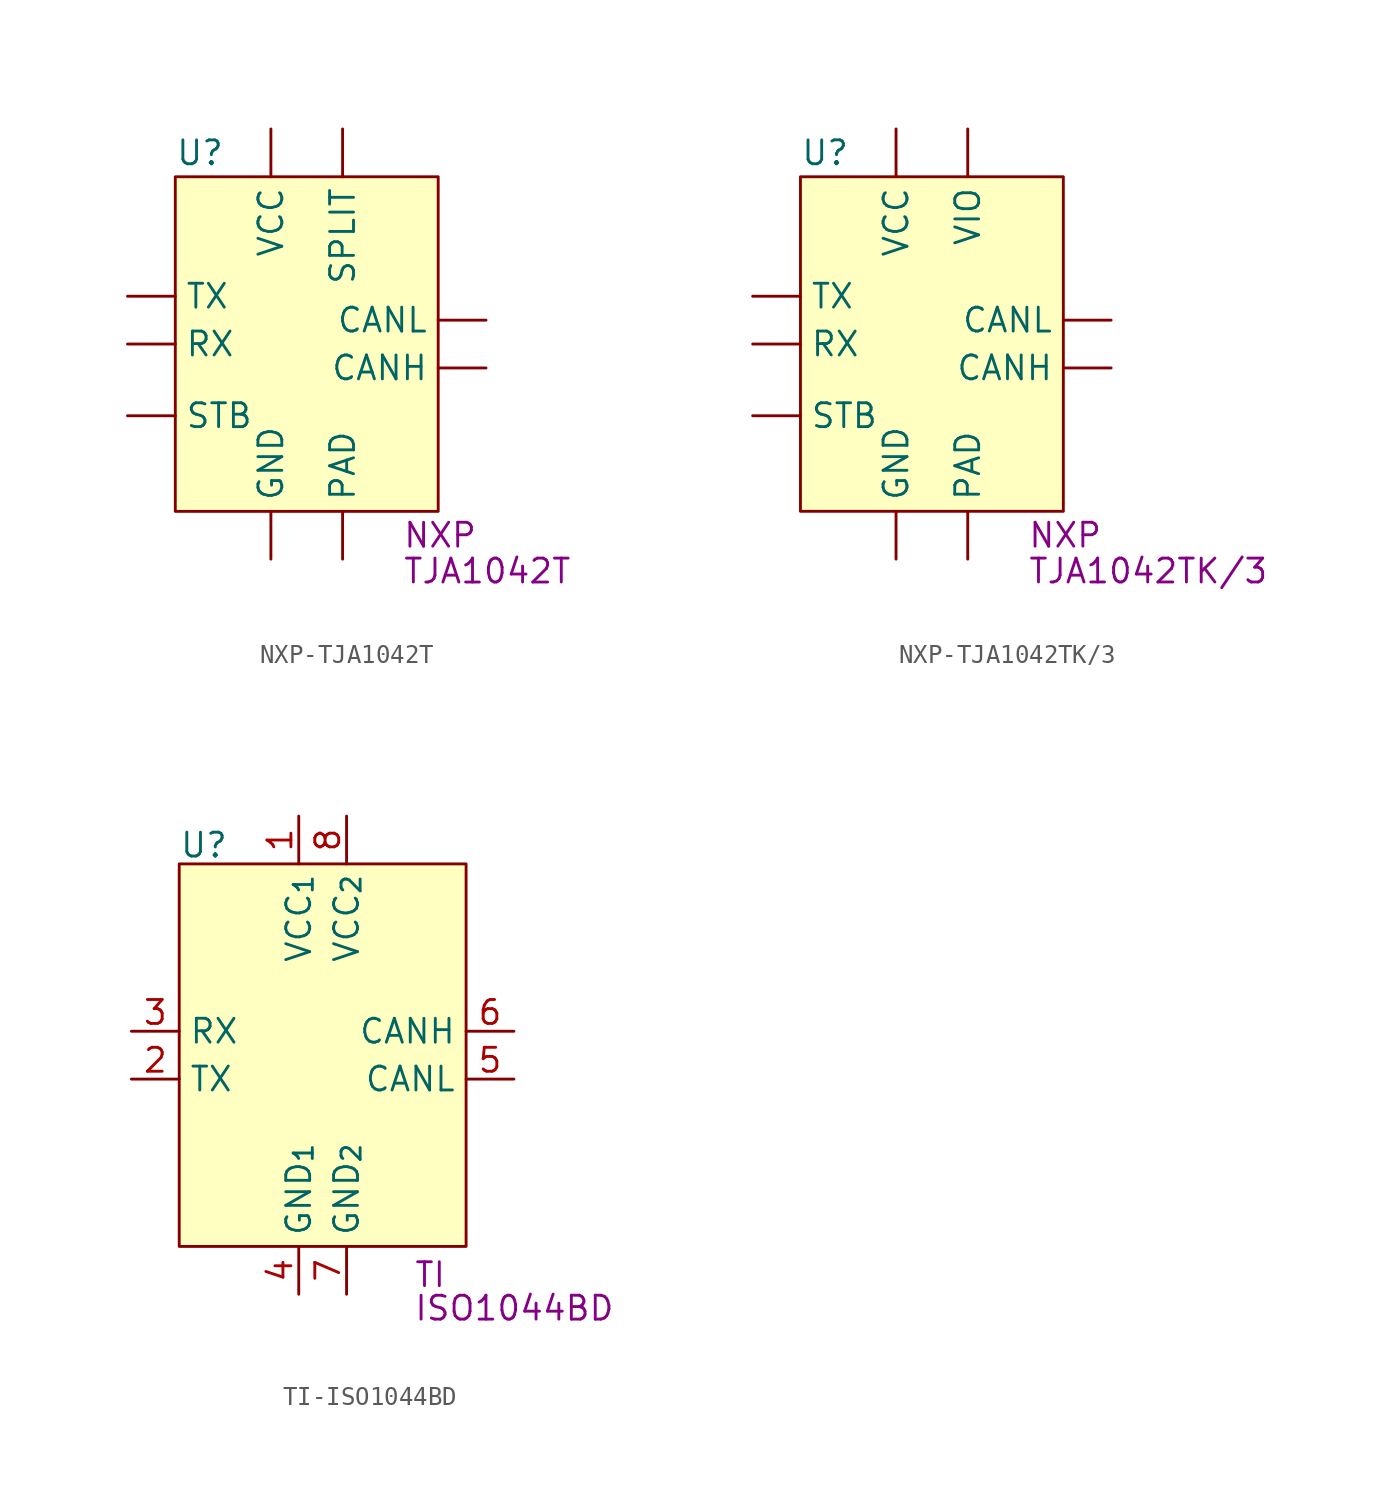
<source format=kicad_sym>
(kicad_symbol_lib
  (version 20241209)
  (generator "kicad_symbol_editor")
  (generator_version "9.0")
  (symbol "NXP-TJA1042T"
    (pin_numbers
      (hide yes))
    (property "Reference" "U"
      (at -6.985 10.16 0)
      (effects (font (size 1.27 1.27)) (justify left)))
    (property "Manufacturer" "NXP"
      (at 5.08 -10.16 0)
      (effects (font (size 1.27 1.27)) (justify left)))
    (property "MPN" "TJA1042T"
      (at 5.08 -12.065 0)
      (effects (font (size 1.27 1.27)) (justify left)))
    (symbol "NXP-TJA1042T_0_0"
      (pin output line (at -9.525 2.54 0) (length 2.54) (name "TX" (effects (font (size 1.27 1.27)))) (number "1" (effects (font (size 1.27 1.27)))))
      (pin input line (at -9.525 0 0) (length 2.54) (name "RX" (effects (font (size 1.27 1.27)))) (number "4" (effects (font (size 1.27 1.27)))))
      (pin bidirectional line (at -9.525 -3.81 0) (length 2.54) (name "STB" (effects (font (size 1.27 1.27)))) (number "8" (effects (font (size 1.27 1.27)))))
      (pin power_in line (at -1.905 11.43 270) (length 2.54) (name "VCC" (effects (font (size 1.27 1.27)))) (number "3" (effects (font (size 1.27 1.27)))))
      (pin power_in line (at -1.905 -11.43 90) (length 2.54) (name "GND" (effects (font (size 1.27 1.27)))) (number "2" (effects (font (size 1.27 1.27)))))
      (pin power_in line (at 1.905 11.43 270) (length 2.54) (name "SPLIT" (effects (font (size 1.27 1.27)))) (number "5" (effects (font (size 1.27 1.27)))))
      (pin bidirectional line (at 1.905 -11.43 90) (length 2.54) (name "PAD" (effects (font (size 1.27 1.27)))) (number "PAD" (effects (font (size 1.27 1.27)))))
      (pin bidirectional line (at 9.525 1.27 180) (length 2.54) (name "CANL" (effects (font (size 1.27 1.27)))) (number "6" (effects (font (size 1.27 1.27)))))
      (pin bidirectional line (at 9.525 -1.27 180) (length 2.54) (name "CANH" (effects (font (size 1.27 1.27)))) (number "7" (effects (font (size 1.27 1.27))))))
    (symbol "NXP-TJA1042T_0_1"
      (rectangle (start -6.985 8.89) (end 6.985 -8.89) (stroke (width 0.152) (type default)) (fill (type background)))))
  (symbol "NXP-TJA1042TK/3"
    (pin_numbers
      (hide yes))
    (property "Reference" "U"
      (at -6.985 10.16 0)
      (effects (font (size 1.27 1.27)) (justify left)))
    (property "Manufacturer" "NXP"
      (at 5.08 -10.16 0)
      (effects (font (size 1.27 1.27)) (justify left)))
    (property "MPN" "TJA1042TK/3"
      (at 5.08 -12.065 0)
      (effects (font (size 1.27 1.27)) (justify left)))
    (symbol "NXP-TJA1042TK/3_0_0"
      (pin output line (at -9.525 2.54 0) (length 2.54) (name "TX" (effects (font (size 1.27 1.27)))) (number "1" (effects (font (size 1.27 1.27)))))
      (pin input line (at -9.525 0 0) (length 2.54) (name "RX" (effects (font (size 1.27 1.27)))) (number "4" (effects (font (size 1.27 1.27)))))
      (pin bidirectional line (at -9.525 -3.81 0) (length 2.54) (name "STB" (effects (font (size 1.27 1.27)))) (number "8" (effects (font (size 1.27 1.27)))))
      (pin power_in line (at -1.905 11.43 270) (length 2.54) (name "VCC" (effects (font (size 1.27 1.27)))) (number "3" (effects (font (size 1.27 1.27)))))
      (pin power_in line (at -1.905 -11.43 90) (length 2.54) (name "GND" (effects (font (size 1.27 1.27)))) (number "2" (effects (font (size 1.27 1.27)))))
      (pin power_in line (at 1.905 11.43 270) (length 2.54) (name "VIO" (effects (font (size 1.27 1.27)))) (number "5" (effects (font (size 1.27 1.27)))))
      (pin bidirectional line (at 1.905 -11.43 90) (length 2.54) (name "PAD" (effects (font (size 1.27 1.27)))) (number "PAD" (effects (font (size 1.27 1.27)))))
      (pin bidirectional line (at 9.525 1.27 180) (length 2.54) (name "CANL" (effects (font (size 1.27 1.27)))) (number "6" (effects (font (size 1.27 1.27)))))
      (pin bidirectional line (at 9.525 -1.27 180) (length 2.54) (name "CANH" (effects (font (size 1.27 1.27)))) (number "7" (effects (font (size 1.27 1.27))))))
    (symbol "NXP-TJA1042TK/3_0_1"
      (rectangle (start -6.985 8.89) (end 6.985 -8.89) (stroke (width 0.152) (type default)) (fill (type background)))))
  (symbol "TI-ISO1044BD"
    (property "Reference" "U"
      (at -7.62 10.414 0)
      (effects (font (size 1.27 1.27)) (justify left bottom)))
    (property "Value" ""
      (at 0 0 0)
      (effects (font (size 1.27 1.27))))
    (property "Manufacturer" "TI"
      (at 4.826 -10.922 0)
      (effects (font (size 1.27 1.27)) (justify left top)))
    (property "MPN" "ISO1044BD"
      (at 4.826 -12.7 0)
      (effects (font (size 1.27 1.27)) (justify left top)))
    (symbol "TI-ISO1044BD_0_0"
      (pin input line (at -10.16 1.27 0) (length 2.54) (name "RX" (effects (font (size 1.27 1.27)))) (number "3" (effects (font (size 1.27 1.27)))))
      (pin output line (at -10.16 -1.27 0) (length 2.54) (name "TX" (effects (font (size 1.27 1.27)))) (number "2" (effects (font (size 1.27 1.27)))))
      (pin power_in line (at -1.27 12.7 270) (length 2.54) (name "VCC_{1}" (effects (font (size 1.27 1.27)))) (number "1" (effects (font (size 1.27 1.27)))))
      (pin power_in line (at -1.27 -12.7 90) (length 2.54) (name "GND_{1}" (effects (font (size 1.27 1.27)))) (number "4" (effects (font (size 1.27 1.27)))))
      (pin power_in line (at 1.27 -12.7 90) (length 2.54) (name "GND_{2}" (effects (font (size 1.27 1.27)))) (number "7" (effects (font (size 1.27 1.27)))))
      (pin bidirectional line (at 10.16 1.27 180) (length 2.54) (name "CANH" (effects (font (size 1.27 1.27)))) (number "6" (effects (font (size 1.27 1.27)))))
      (pin bidirectional line (at 10.16 -1.27 180) (length 2.54) (name "CANL" (effects (font (size 1.27 1.27)))) (number "5" (effects (font (size 1.27 1.27))))))
    (symbol "TI-ISO1044BD_1_0"
      (pin power_in line (at 1.27 12.7 270) (length 2.54) (name "VCC_{2}" (effects (font (size 1.27 1.27)))) (number "8" (effects (font (size 1.27 1.27))))))
    (symbol "TI-ISO1044BD_1_1"
      (rectangle (start -7.62 10.16) (end 7.62 -10.16) (stroke (width 0) (type solid)) (fill (type background))))))
</source>
